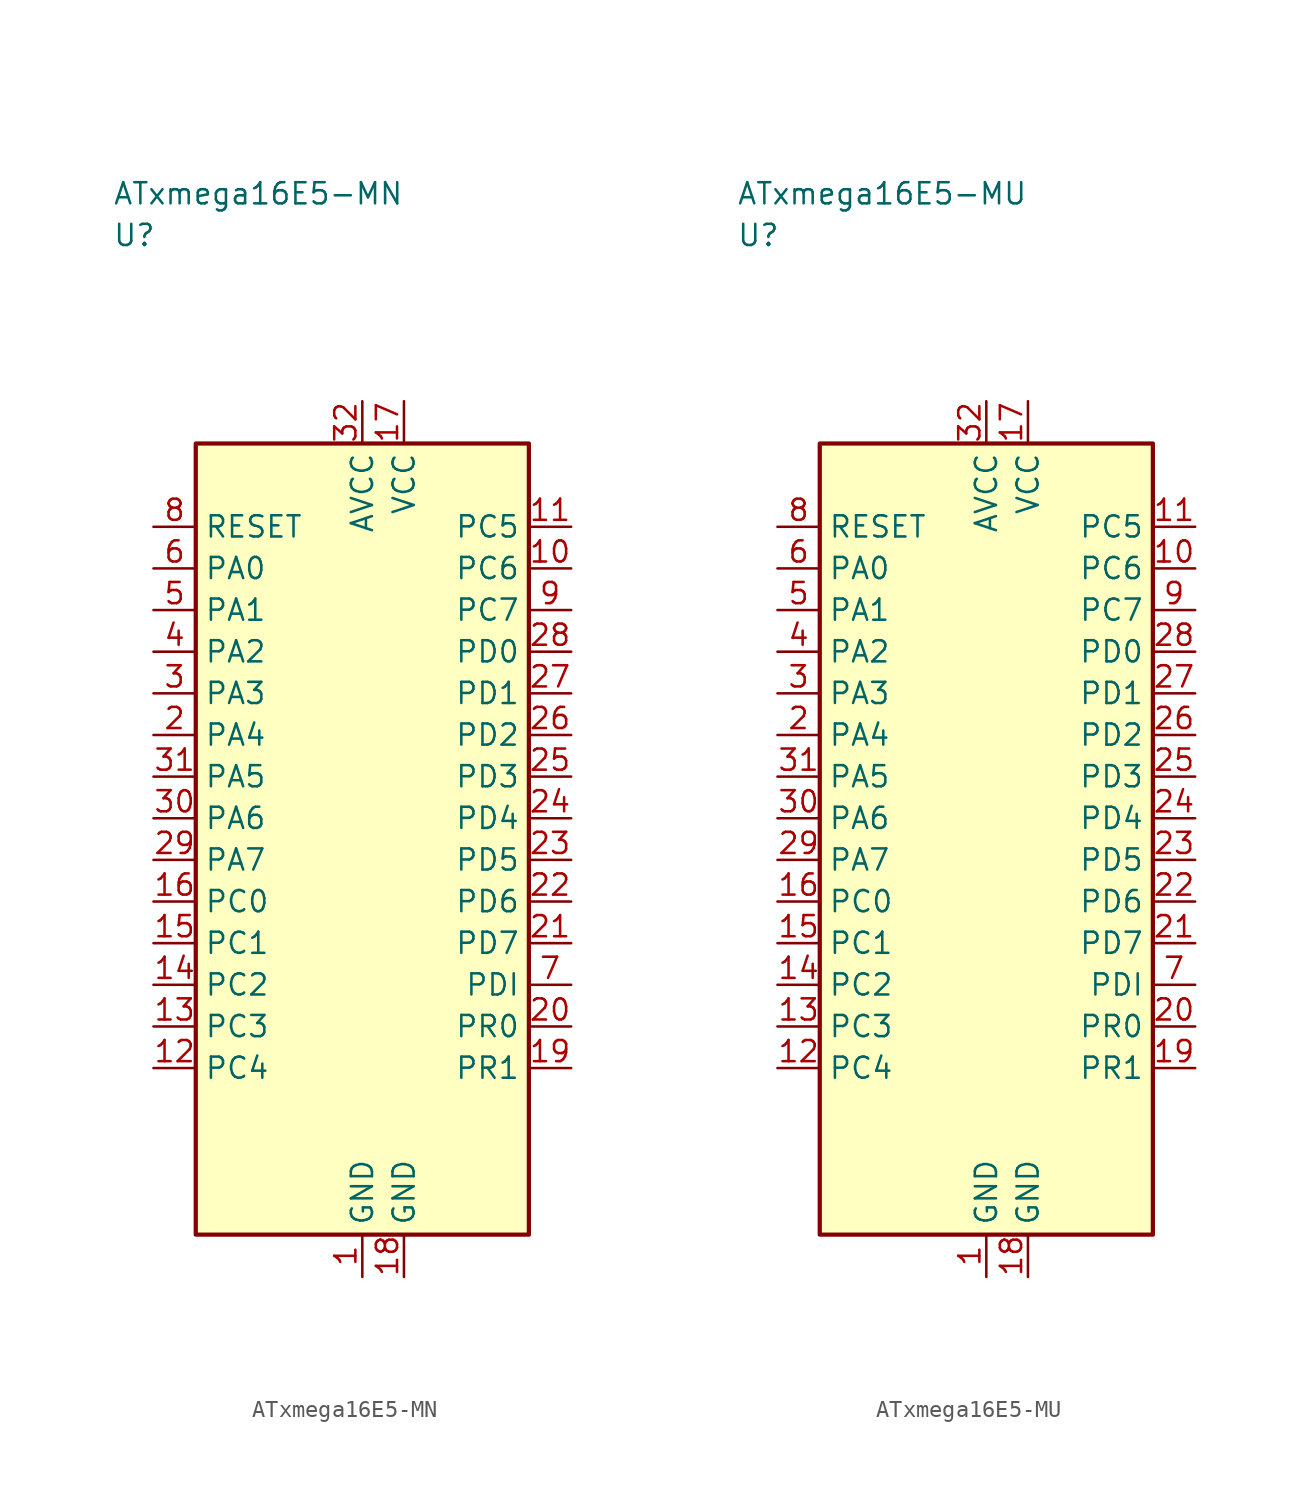
<source format=kicad_sym>
(kicad_symbol_lib
  (version 20241025)
  (generator "kicad_symbol_editor")
  (generator_version "8.0")
  (symbol "ATxmega16E5-MN"
    (property "Reference" "U"
      (at -15.0 36.25 0)
      (effects (font (size 1.27 1.27)) (justify left)))
    (property "Value" "ATxmega16E5-MN"
      (at -15.0 38.75 0)
      (effects (font (size 1.27 1.27)) (justify left)))
    (symbol "ATxmega16E5-MN_0_1"
      (rectangle (start -10.0 23.75) (end 10.0 -23.75) (stroke (width 0.254) (type default)) (fill (type background))))
    (symbol "ATxmega16E5-MN_1_1"
      (pin passive line (at 0.0 -26.29 90.0) (length 2.54) (name "GND" (effects (font (size 1.27 1.27)))) (number "1" (effects (font (size 1.27 1.27)))))
      (pin bidirectional line (at -12.54 6.25 0.0) (length 2.54) (name "PA4" (effects (font (size 1.27 1.27)))) (number "2" (effects (font (size 1.27 1.27)))))
      (pin bidirectional line (at -12.54 8.75 0.0) (length 2.54) (name "PA3" (effects (font (size 1.27 1.27)))) (number "3" (effects (font (size 1.27 1.27)))))
      (pin bidirectional line (at -12.54 11.25 0.0) (length 2.54) (name "PA2" (effects (font (size 1.27 1.27)))) (number "4" (effects (font (size 1.27 1.27)))))
      (pin bidirectional line (at -12.54 13.75 0.0) (length 2.54) (name "PA1" (effects (font (size 1.27 1.27)))) (number "5" (effects (font (size 1.27 1.27)))))
      (pin bidirectional line (at -12.54 16.25 0.0) (length 2.54) (name "PA0" (effects (font (size 1.27 1.27)))) (number "6" (effects (font (size 1.27 1.27)))))
      (pin bidirectional line (at 12.54 -8.75 180.0) (length 2.54) (name "PDI" (effects (font (size 1.27 1.27)))) (number "7" (effects (font (size 1.27 1.27)))))
      (pin input line (at -12.54 18.75 0.0) (length 2.54) (name "RESET" (effects (font (size 1.27 1.27)))) (number "8" (effects (font (size 1.27 1.27)))))
      (pin bidirectional line (at 12.54 13.75 180.0) (length 2.54) (name "PC7" (effects (font (size 1.27 1.27)))) (number "9" (effects (font (size 1.27 1.27)))))
      (pin bidirectional line (at 12.54 16.25 180.0) (length 2.54) (name "PC6" (effects (font (size 1.27 1.27)))) (number "10" (effects (font (size 1.27 1.27)))))
      (pin bidirectional line (at 12.54 18.75 180.0) (length 2.54) (name "PC5" (effects (font (size 1.27 1.27)))) (number "11" (effects (font (size 1.27 1.27)))))
      (pin bidirectional line (at -12.54 -13.75 0.0) (length 2.54) (name "PC4" (effects (font (size 1.27 1.27)))) (number "12" (effects (font (size 1.27 1.27)))))
      (pin bidirectional line (at -12.54 -11.25 0.0) (length 2.54) (name "PC3" (effects (font (size 1.27 1.27)))) (number "13" (effects (font (size 1.27 1.27)))))
      (pin bidirectional line (at -12.54 -8.75 0.0) (length 2.54) (name "PC2" (effects (font (size 1.27 1.27)))) (number "14" (effects (font (size 1.27 1.27)))))
      (pin bidirectional line (at -12.54 -6.25 0.0) (length 2.54) (name "PC1" (effects (font (size 1.27 1.27)))) (number "15" (effects (font (size 1.27 1.27)))))
      (pin bidirectional line (at -12.54 -3.75 0.0) (length 2.54) (name "PC0" (effects (font (size 1.27 1.27)))) (number "16" (effects (font (size 1.27 1.27)))))
      (pin power_in line (at 2.5 26.29 270.0) (length 2.54) (name "VCC" (effects (font (size 1.27 1.27)))) (number "17" (effects (font (size 1.27 1.27)))))
      (pin passive line (at 2.5 -26.29 90.0) (length 2.54) (name "GND" (effects (font (size 1.27 1.27)))) (number "18" (effects (font (size 1.27 1.27)))))
      (pin bidirectional line (at 12.54 -13.75 180.0) (length 2.54) (name "PR1" (effects (font (size 1.27 1.27)))) (number "19" (effects (font (size 1.27 1.27)))))
      (pin bidirectional line (at 12.54 -11.25 180.0) (length 2.54) (name "PR0" (effects (font (size 1.27 1.27)))) (number "20" (effects (font (size 1.27 1.27)))))
      (pin bidirectional line (at 12.54 -6.25 180.0) (length 2.54) (name "PD7" (effects (font (size 1.27 1.27)))) (number "21" (effects (font (size 1.27 1.27)))))
      (pin bidirectional line (at 12.54 -3.75 180.0) (length 2.54) (name "PD6" (effects (font (size 1.27 1.27)))) (number "22" (effects (font (size 1.27 1.27)))))
      (pin bidirectional line (at 12.54 -1.25 180.0) (length 2.54) (name "PD5" (effects (font (size 1.27 1.27)))) (number "23" (effects (font (size 1.27 1.27)))))
      (pin bidirectional line (at 12.54 1.25 180.0) (length 2.54) (name "PD4" (effects (font (size 1.27 1.27)))) (number "24" (effects (font (size 1.27 1.27)))))
      (pin bidirectional line (at 12.54 3.75 180.0) (length 2.54) (name "PD3" (effects (font (size 1.27 1.27)))) (number "25" (effects (font (size 1.27 1.27)))))
      (pin bidirectional line (at 12.54 6.25 180.0) (length 2.54) (name "PD2" (effects (font (size 1.27 1.27)))) (number "26" (effects (font (size 1.27 1.27)))))
      (pin bidirectional line (at 12.54 8.75 180.0) (length 2.54) (name "PD1" (effects (font (size 1.27 1.27)))) (number "27" (effects (font (size 1.27 1.27)))))
      (pin bidirectional line (at 12.54 11.25 180.0) (length 2.54) (name "PD0" (effects (font (size 1.27 1.27)))) (number "28" (effects (font (size 1.27 1.27)))))
      (pin bidirectional line (at -12.54 -1.25 0.0) (length 2.54) (name "PA7" (effects (font (size 1.27 1.27)))) (number "29" (effects (font (size 1.27 1.27)))))
      (pin bidirectional line (at -12.54 1.25 0.0) (length 2.54) (name "PA6" (effects (font (size 1.27 1.27)))) (number "30" (effects (font (size 1.27 1.27)))))
      (pin bidirectional line (at -12.54 3.75 0.0) (length 2.54) (name "PA5" (effects (font (size 1.27 1.27)))) (number "31" (effects (font (size 1.27 1.27)))))
      (pin power_in line (at 0.0 26.29 270.0) (length 2.54) (name "AVCC" (effects (font (size 1.27 1.27)))) (number "32" (effects (font (size 1.27 1.27)))))))
  (symbol "ATxmega16E5-MU"
    (property "Reference" "U"
      (at -15.0 36.25 0)
      (effects (font (size 1.27 1.27)) (justify left)))
    (property "Value" "ATxmega16E5-MU"
      (at -15.0 38.75 0)
      (effects (font (size 1.27 1.27)) (justify left)))
    (symbol "ATxmega16E5-MU_0_1"
      (rectangle (start -10.0 23.75) (end 10.0 -23.75) (stroke (width 0.254) (type default)) (fill (type background))))
    (symbol "ATxmega16E5-MU_1_1"
      (pin passive line (at 0.0 -26.29 90.0) (length 2.54) (name "GND" (effects (font (size 1.27 1.27)))) (number "1" (effects (font (size 1.27 1.27)))))
      (pin bidirectional line (at -12.54 6.25 0.0) (length 2.54) (name "PA4" (effects (font (size 1.27 1.27)))) (number "2" (effects (font (size 1.27 1.27)))))
      (pin bidirectional line (at -12.54 8.75 0.0) (length 2.54) (name "PA3" (effects (font (size 1.27 1.27)))) (number "3" (effects (font (size 1.27 1.27)))))
      (pin bidirectional line (at -12.54 11.25 0.0) (length 2.54) (name "PA2" (effects (font (size 1.27 1.27)))) (number "4" (effects (font (size 1.27 1.27)))))
      (pin bidirectional line (at -12.54 13.75 0.0) (length 2.54) (name "PA1" (effects (font (size 1.27 1.27)))) (number "5" (effects (font (size 1.27 1.27)))))
      (pin bidirectional line (at -12.54 16.25 0.0) (length 2.54) (name "PA0" (effects (font (size 1.27 1.27)))) (number "6" (effects (font (size 1.27 1.27)))))
      (pin bidirectional line (at 12.54 -8.75 180.0) (length 2.54) (name "PDI" (effects (font (size 1.27 1.27)))) (number "7" (effects (font (size 1.27 1.27)))))
      (pin input line (at -12.54 18.75 0.0) (length 2.54) (name "RESET" (effects (font (size 1.27 1.27)))) (number "8" (effects (font (size 1.27 1.27)))))
      (pin bidirectional line (at 12.54 13.75 180.0) (length 2.54) (name "PC7" (effects (font (size 1.27 1.27)))) (number "9" (effects (font (size 1.27 1.27)))))
      (pin bidirectional line (at 12.54 16.25 180.0) (length 2.54) (name "PC6" (effects (font (size 1.27 1.27)))) (number "10" (effects (font (size 1.27 1.27)))))
      (pin bidirectional line (at 12.54 18.75 180.0) (length 2.54) (name "PC5" (effects (font (size 1.27 1.27)))) (number "11" (effects (font (size 1.27 1.27)))))
      (pin bidirectional line (at -12.54 -13.75 0.0) (length 2.54) (name "PC4" (effects (font (size 1.27 1.27)))) (number "12" (effects (font (size 1.27 1.27)))))
      (pin bidirectional line (at -12.54 -11.25 0.0) (length 2.54) (name "PC3" (effects (font (size 1.27 1.27)))) (number "13" (effects (font (size 1.27 1.27)))))
      (pin bidirectional line (at -12.54 -8.75 0.0) (length 2.54) (name "PC2" (effects (font (size 1.27 1.27)))) (number "14" (effects (font (size 1.27 1.27)))))
      (pin bidirectional line (at -12.54 -6.25 0.0) (length 2.54) (name "PC1" (effects (font (size 1.27 1.27)))) (number "15" (effects (font (size 1.27 1.27)))))
      (pin bidirectional line (at -12.54 -3.75 0.0) (length 2.54) (name "PC0" (effects (font (size 1.27 1.27)))) (number "16" (effects (font (size 1.27 1.27)))))
      (pin power_in line (at 2.5 26.29 270.0) (length 2.54) (name "VCC" (effects (font (size 1.27 1.27)))) (number "17" (effects (font (size 1.27 1.27)))))
      (pin passive line (at 2.5 -26.29 90.0) (length 2.54) (name "GND" (effects (font (size 1.27 1.27)))) (number "18" (effects (font (size 1.27 1.27)))))
      (pin bidirectional line (at 12.54 -13.75 180.0) (length 2.54) (name "PR1" (effects (font (size 1.27 1.27)))) (number "19" (effects (font (size 1.27 1.27)))))
      (pin bidirectional line (at 12.54 -11.25 180.0) (length 2.54) (name "PR0" (effects (font (size 1.27 1.27)))) (number "20" (effects (font (size 1.27 1.27)))))
      (pin bidirectional line (at 12.54 -6.25 180.0) (length 2.54) (name "PD7" (effects (font (size 1.27 1.27)))) (number "21" (effects (font (size 1.27 1.27)))))
      (pin bidirectional line (at 12.54 -3.75 180.0) (length 2.54) (name "PD6" (effects (font (size 1.27 1.27)))) (number "22" (effects (font (size 1.27 1.27)))))
      (pin bidirectional line (at 12.54 -1.25 180.0) (length 2.54) (name "PD5" (effects (font (size 1.27 1.27)))) (number "23" (effects (font (size 1.27 1.27)))))
      (pin bidirectional line (at 12.54 1.25 180.0) (length 2.54) (name "PD4" (effects (font (size 1.27 1.27)))) (number "24" (effects (font (size 1.27 1.27)))))
      (pin bidirectional line (at 12.54 3.75 180.0) (length 2.54) (name "PD3" (effects (font (size 1.27 1.27)))) (number "25" (effects (font (size 1.27 1.27)))))
      (pin bidirectional line (at 12.54 6.25 180.0) (length 2.54) (name "PD2" (effects (font (size 1.27 1.27)))) (number "26" (effects (font (size 1.27 1.27)))))
      (pin bidirectional line (at 12.54 8.75 180.0) (length 2.54) (name "PD1" (effects (font (size 1.27 1.27)))) (number "27" (effects (font (size 1.27 1.27)))))
      (pin bidirectional line (at 12.54 11.25 180.0) (length 2.54) (name "PD0" (effects (font (size 1.27 1.27)))) (number "28" (effects (font (size 1.27 1.27)))))
      (pin bidirectional line (at -12.54 -1.25 0.0) (length 2.54) (name "PA7" (effects (font (size 1.27 1.27)))) (number "29" (effects (font (size 1.27 1.27)))))
      (pin bidirectional line (at -12.54 1.25 0.0) (length 2.54) (name "PA6" (effects (font (size 1.27 1.27)))) (number "30" (effects (font (size 1.27 1.27)))))
      (pin bidirectional line (at -12.54 3.75 0.0) (length 2.54) (name "PA5" (effects (font (size 1.27 1.27)))) (number "31" (effects (font (size 1.27 1.27)))))
      (pin power_in line (at 0.0 26.29 270.0) (length 2.54) (name "AVCC" (effects (font (size 1.27 1.27)))) (number "32" (effects (font (size 1.27 1.27))))))))
</source>
